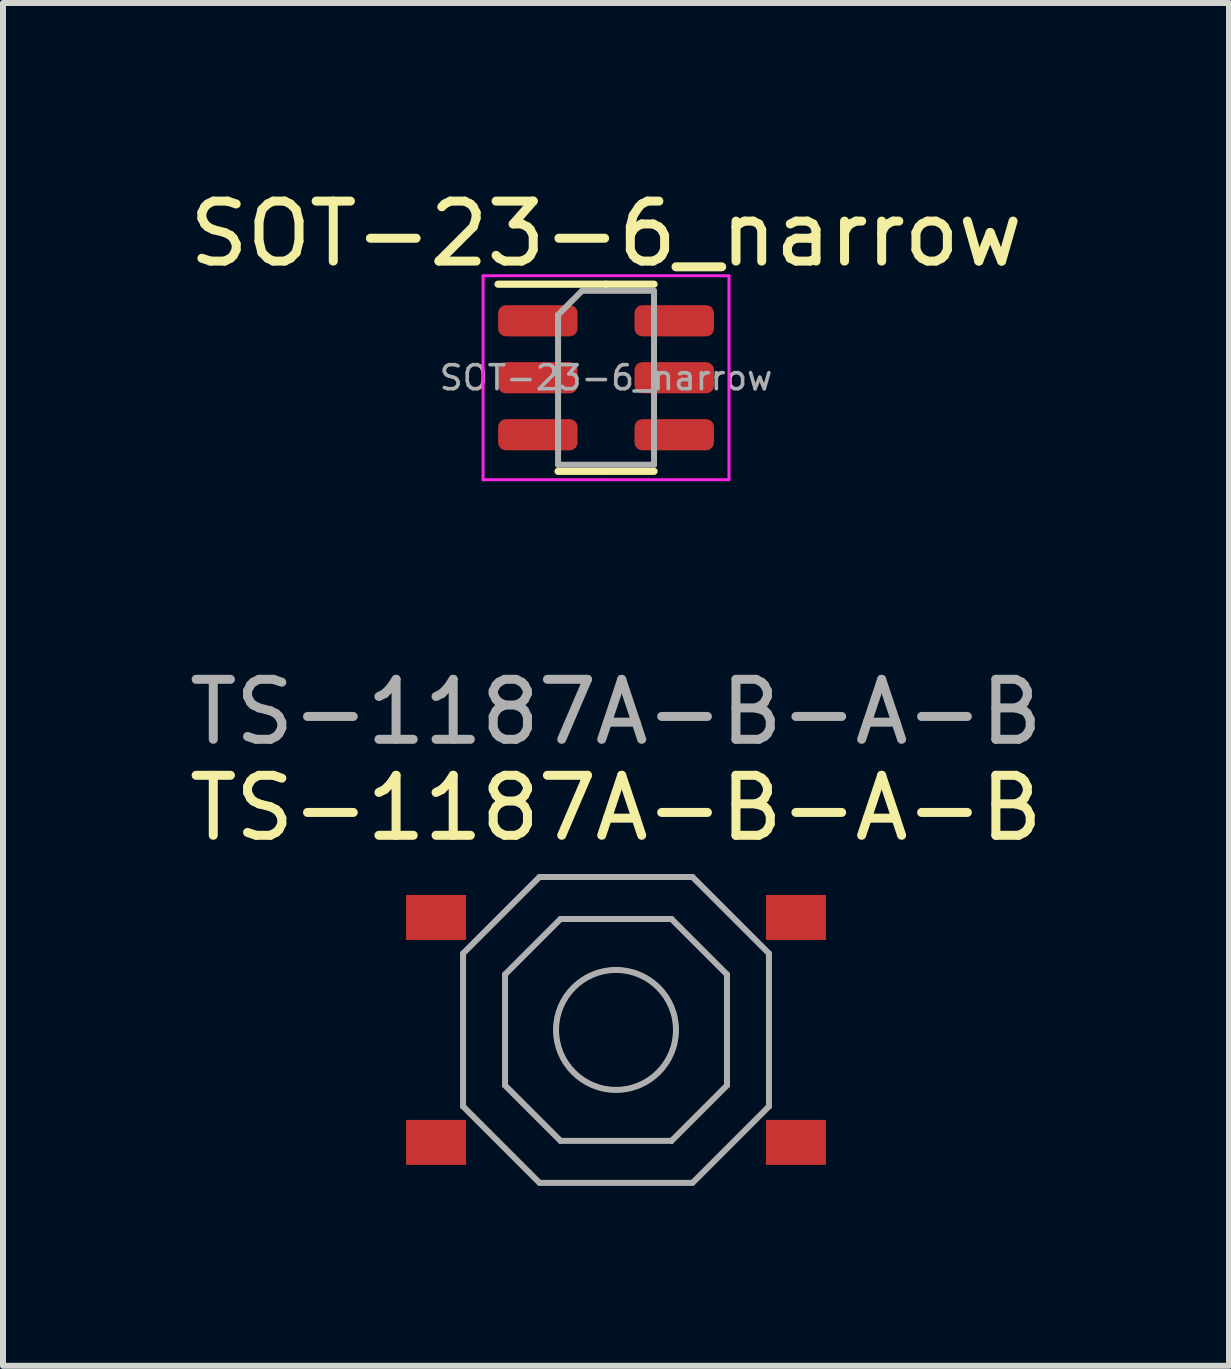
<source format=kicad_pcb>
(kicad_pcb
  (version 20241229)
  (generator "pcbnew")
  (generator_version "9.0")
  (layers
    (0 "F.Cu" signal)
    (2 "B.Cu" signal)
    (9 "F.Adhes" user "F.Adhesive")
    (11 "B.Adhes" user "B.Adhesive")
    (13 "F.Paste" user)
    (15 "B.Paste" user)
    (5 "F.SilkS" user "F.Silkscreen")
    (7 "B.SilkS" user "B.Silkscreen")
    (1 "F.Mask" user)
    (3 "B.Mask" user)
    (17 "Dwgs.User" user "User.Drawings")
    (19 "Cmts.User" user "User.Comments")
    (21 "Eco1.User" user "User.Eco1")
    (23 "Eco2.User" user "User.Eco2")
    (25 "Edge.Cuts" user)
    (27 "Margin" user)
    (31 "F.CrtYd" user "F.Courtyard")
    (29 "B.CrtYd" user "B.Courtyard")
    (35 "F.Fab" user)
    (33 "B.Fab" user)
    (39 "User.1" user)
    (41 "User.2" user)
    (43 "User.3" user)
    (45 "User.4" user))
  (footprint "SOT-23-6_narrow"
    (layer "F.Cu")
    (at 7.054 3.248)
    (property "Reference" "SOT-23-6_narrow" (at 0 -2.4 0) (layer "F.SilkS") (effects (font (size 1 1) (thickness 0.15))))
    (attr smd)
    (fp_line (start 0 -1.56) (end -1.8 -1.56) (stroke (width 0.12) (type solid)) (layer "F.SilkS"))
    (fp_line (start 0 -1.56) (end 0.8 -1.56) (stroke (width 0.12) (type solid)) (layer "F.SilkS"))
    (fp_line (start 0 1.56) (end -0.8 1.56) (stroke (width 0.12) (type solid)) (layer "F.SilkS"))
    (fp_line (start 0 1.56) (end 0.8 1.56) (stroke (width 0.12) (type solid)) (layer "F.SilkS"))
    (fp_line (start -2.05 -1.7) (end -2.05 1.7) (stroke (width 0.05) (type solid)) (layer "F.CrtYd"))
    (fp_line (start -2.05 1.7) (end 2.05 1.7) (stroke (width 0.05) (type solid)) (layer "F.CrtYd"))
    (fp_line (start 2.05 -1.7) (end -2.05 -1.7) (stroke (width 0.05) (type solid)) (layer "F.CrtYd"))
    (fp_line (start 2.05 1.7) (end 2.05 -1.7) (stroke (width 0.05) (type solid)) (layer "F.CrtYd"))
    (fp_line (start -0.8 -1.05) (end -0.4 -1.45) (stroke (width 0.1) (type solid)) (layer "F.Fab"))
    (fp_line (start -0.8 1.45) (end -0.8 -1.05) (stroke (width 0.1) (type solid)) (layer "F.Fab"))
    (fp_line (start -0.4 -1.45) (end 0.8 -1.45) (stroke (width 0.1) (type solid)) (layer "F.Fab"))
    (fp_line (start 0.8 -1.45) (end 0.8 1.45) (stroke (width 0.1) (type solid)) (layer "F.Fab"))
    (fp_line (start 0.8 1.45) (end -0.8 1.45) (stroke (width 0.1) (type solid)) (layer "F.Fab"))
    (fp_text user "${REFERENCE}" (at 0 0 0) (layer "F.Fab") (effects (font (size 0.4 0.4) (thickness 0.06))))
    (pad "1" smd roundrect (at -1.137 -0.95) (size 1.325 0.52) (layers "F.Cu" "F.Mask" "F.Paste") (roundrect_rratio 0.25))
    (pad "2" smd roundrect (at -1.137 0) (size 1.325 0.52) (layers "F.Cu" "F.Mask" "F.Paste") (roundrect_rratio 0.25))
    (pad "3" smd roundrect (at -1.137 0.95) (size 1.325 0.52) (layers "F.Cu" "F.Mask" "F.Paste") (roundrect_rratio 0.25))
    (pad "4" smd roundrect (at 1.137 0.95) (size 1.325 0.52) (layers "F.Cu" "F.Mask" "F.Paste") (roundrect_rratio 0.25))
    (pad "5" smd roundrect (at 1.137 0) (size 1.325 0.52) (layers "F.Cu" "F.Mask" "F.Paste") (roundrect_rratio 0.25))
    (pad "6" smd roundrect (at 1.137 -0.95) (size 1.325 0.52) (layers "F.Cu" "F.Mask" "F.Paste") (roundrect_rratio 0.25)))
  (footprint "TS-1187A-B-A-B"
    (layer "F.Cu")
    (at 7.22 14.121)
    (property "Reference" "TS-1187A-B-A-B" (at 0 -3.7 0) (unlocked yes) (layer "F.SilkS") (effects (font (size 1 1) (thickness 0.15))))
    (attr smd)
    (fp_line (start -2.55 -1.275) (end -1.275 -2.55) (stroke (width 0.1) (type solid)) (layer "F.Fab"))
    (fp_line (start -2.55 1.275) (end -2.55 -1.275) (stroke (width 0.1) (type solid)) (layer "F.Fab"))
    (fp_line (start -2.55 1.275) (end -1.275 2.55) (stroke (width 0.1) (type solid)) (layer "F.Fab"))
    (fp_line (start -1.85 -0.925) (end -1.85 0.925) (stroke (width 0.1) (type solid)) (layer "F.Fab"))
    (fp_line (start -1.85 -0.925) (end -0.925 -1.85) (stroke (width 0.1) (type solid)) (layer "F.Fab"))
    (fp_line (start -1.85 0.925) (end -0.925 1.85) (stroke (width 0.1) (type solid)) (layer "F.Fab"))
    (fp_line (start -1.275 -2.55) (end 1.275 -2.55) (stroke (width 0.1) (type solid)) (layer "F.Fab"))
    (fp_line (start -0.925 -1.85) (end 0.925 -1.85) (stroke (width 0.1) (type solid)) (layer "F.Fab"))
    (fp_line (start -0.925 1.85) (end 0.925 1.85) (stroke (width 0.1) (type solid)) (layer "F.Fab"))
    (fp_line (start 1.275 2.55) (end -1.275 2.55) (stroke (width 0.1) (type solid)) (layer "F.Fab"))
    (fp_line (start 1.85 -0.925) (end 0.925 -1.85) (stroke (width 0.1) (type solid)) (layer "F.Fab"))
    (fp_line (start 1.85 -0.925) (end 1.85 0.925) (stroke (width 0.1) (type solid)) (layer "F.Fab"))
    (fp_line (start 1.85 0.925) (end 0.925 1.85) (stroke (width 0.1) (type solid)) (layer "F.Fab"))
    (fp_line (start 2.55 -1.275) (end 1.275 -2.55) (stroke (width 0.1) (type solid)) (layer "F.Fab"))
    (fp_line (start 2.55 -1.275) (end 2.55 1.275) (stroke (width 0.1) (type solid)) (layer "F.Fab"))
    (fp_line (start 2.55 1.275) (end 1.275 2.55) (stroke (width 0.1) (type solid)) (layer "F.Fab"))
    (fp_circle (center 0 0) (end 1 0) (stroke (width 0.1) (type solid)) (fill no) (layer "F.Fab"))
    (fp_text user "${REFERENCE}" (at 0 -5.3 0) (unlocked yes) (layer "F.Fab") (effects (font (size 1 1) (thickness 0.15))))
    (pad "1" smd rect (at -3 -1.875) (size 1 0.75) (layers "F.Cu" "F.Mask" "F.Paste"))
    (pad "1" smd rect (at 3 -1.875) (size 1 0.75) (layers "F.Cu" "F.Mask" "F.Paste"))
    (pad "2" smd rect (at -3 1.875) (size 1 0.75) (layers "F.Cu" "F.Mask" "F.Paste"))
    (pad "2" smd rect (at 3 1.875) (size 1 0.75) (layers "F.Cu" "F.Mask" "F.Paste")))
  (gr_rect
    (start -3 -3)
    (end 17.44 19.721)
    (stroke (width 0.1) (type default))
    (fill no)
    (layer "Edge.Cuts")))
</source>
